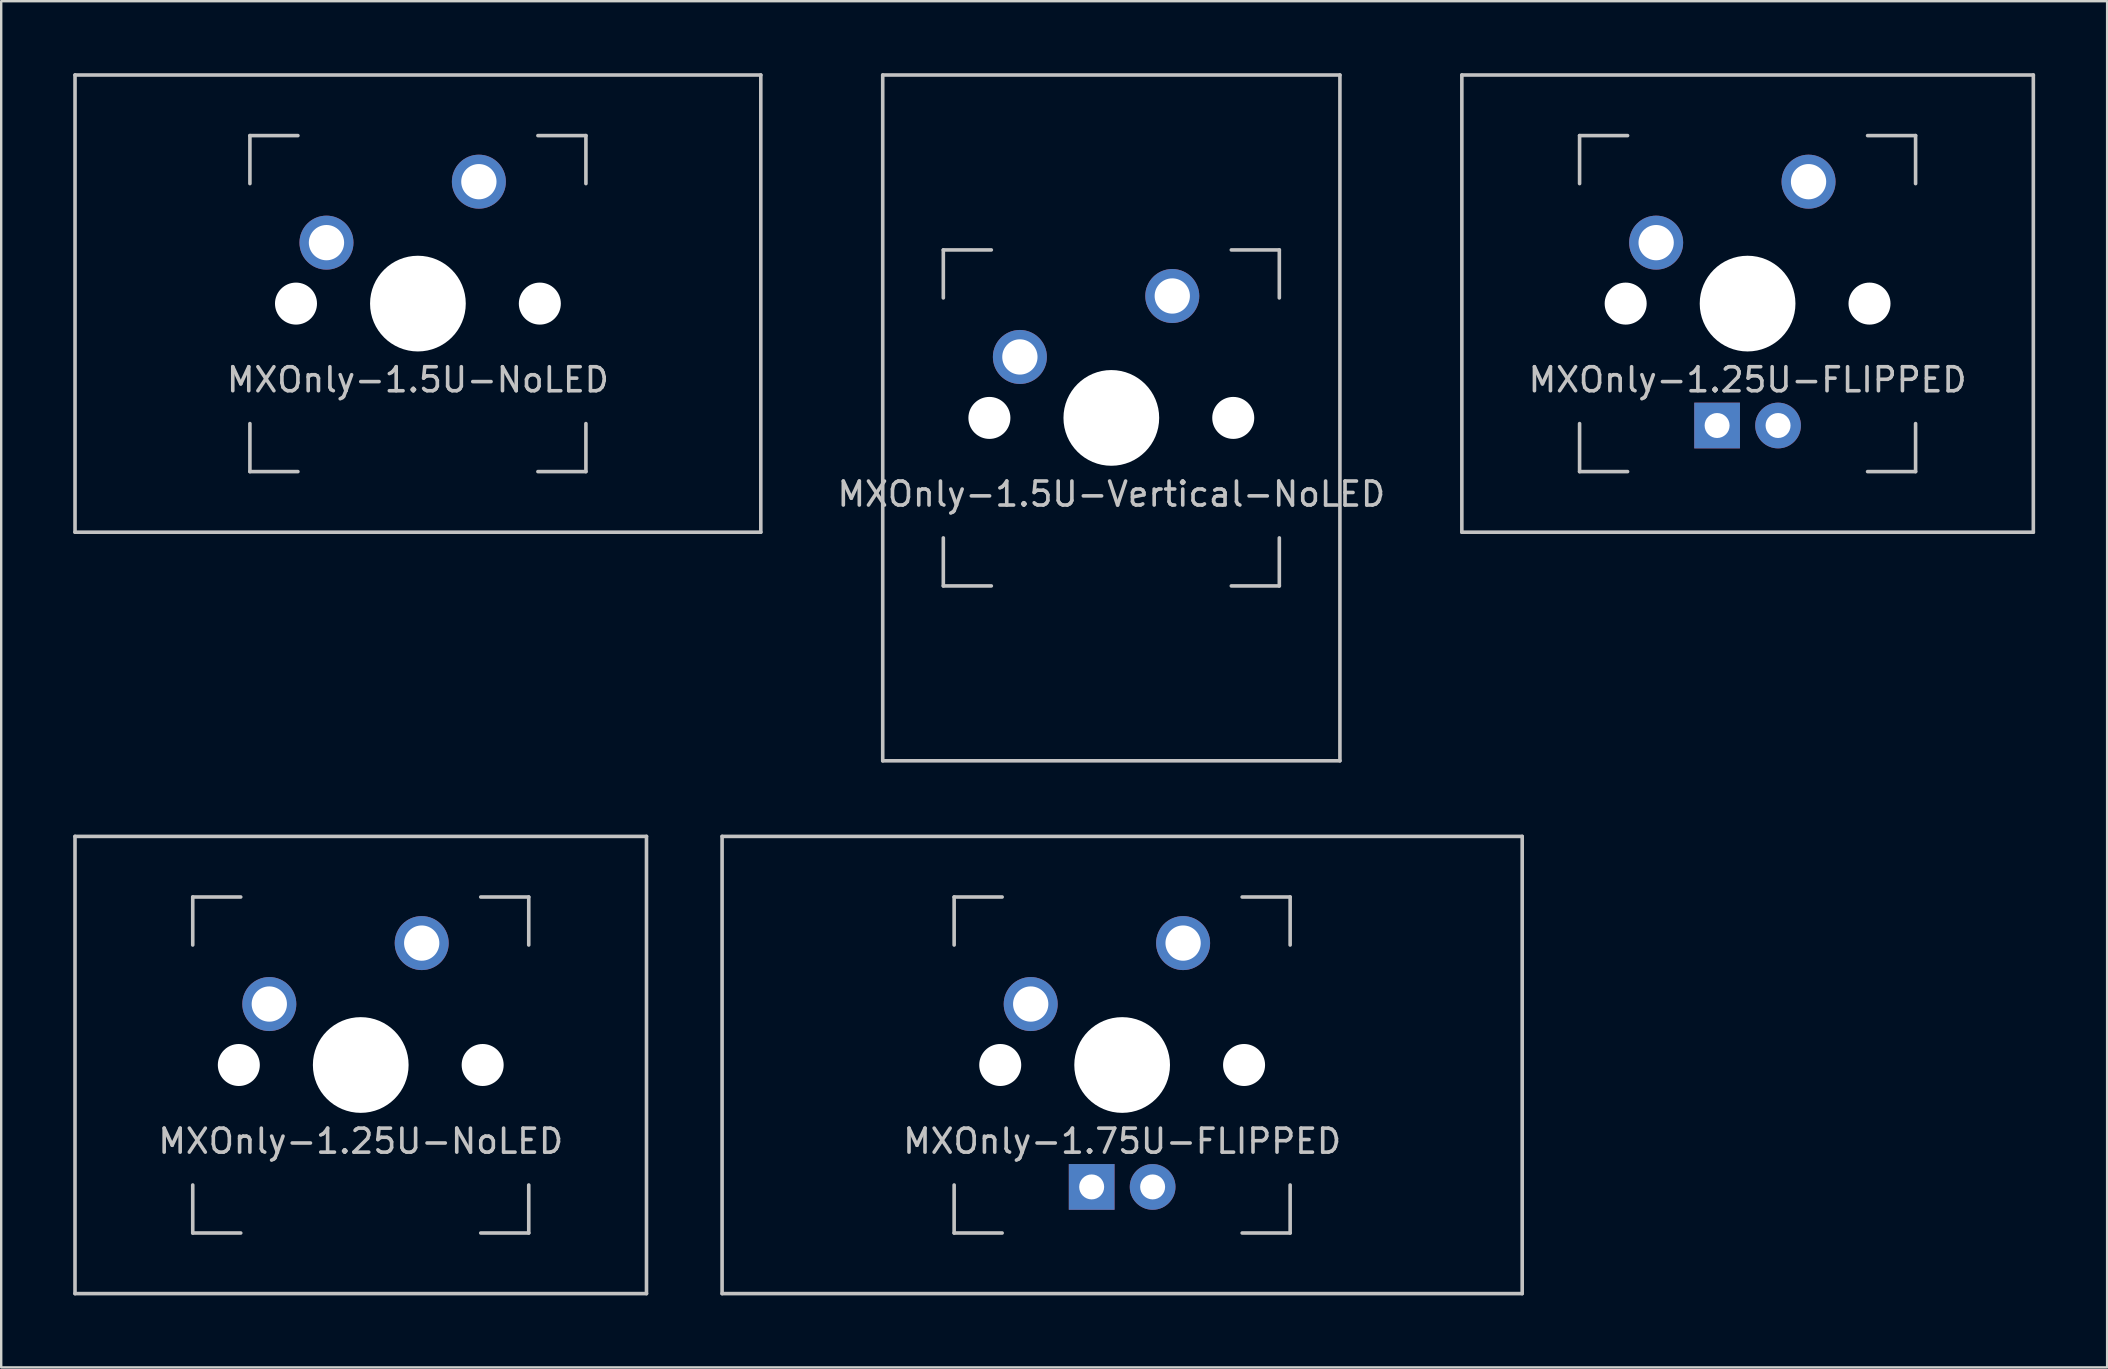
<source format=kicad_pcb>
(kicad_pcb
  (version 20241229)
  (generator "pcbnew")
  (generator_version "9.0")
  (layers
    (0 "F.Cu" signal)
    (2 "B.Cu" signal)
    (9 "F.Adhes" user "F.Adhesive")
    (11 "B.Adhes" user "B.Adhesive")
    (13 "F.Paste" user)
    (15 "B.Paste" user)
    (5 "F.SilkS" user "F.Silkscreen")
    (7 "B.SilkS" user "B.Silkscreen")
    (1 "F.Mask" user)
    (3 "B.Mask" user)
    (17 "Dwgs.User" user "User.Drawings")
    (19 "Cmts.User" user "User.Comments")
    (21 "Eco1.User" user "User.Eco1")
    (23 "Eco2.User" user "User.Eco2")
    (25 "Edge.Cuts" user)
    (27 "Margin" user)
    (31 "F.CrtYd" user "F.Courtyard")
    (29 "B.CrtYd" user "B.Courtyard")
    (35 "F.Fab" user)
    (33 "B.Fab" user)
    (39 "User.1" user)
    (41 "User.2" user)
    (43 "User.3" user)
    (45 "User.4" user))
  (footprint "MXOnly-1.5U-NoLED"
    (layer "F.Cu")
    (at 14.363 9.6)
    (property "Reference" "MXOnly-1.5U-NoLED" (at 0 3.175 0) (layer "Dwgs.User") (effects (font (size 1 1) (thickness 0.15))))
    (attr through_hole)
    (fp_line (start -14.287 -9.525) (end 14.287 -9.525) (stroke (width 0.15) (type solid)) (layer "Dwgs.User"))
    (fp_line (start -14.287 9.525) (end -14.287 -9.525) (stroke (width 0.15) (type solid)) (layer "Dwgs.User"))
    (fp_line (start -14.287 9.525) (end 14.287 9.525) (stroke (width 0.15) (type solid)) (layer "Dwgs.User"))
    (fp_line (start -7 -7) (end -7 -5) (stroke (width 0.15) (type solid)) (layer "Dwgs.User"))
    (fp_line (start -7 5) (end -7 7) (stroke (width 0.15) (type solid)) (layer "Dwgs.User"))
    (fp_line (start -7 7) (end -5 7) (stroke (width 0.15) (type solid)) (layer "Dwgs.User"))
    (fp_line (start -5 -7) (end -7 -7) (stroke (width 0.15) (type solid)) (layer "Dwgs.User"))
    (fp_line (start 5 -7) (end 7 -7) (stroke (width 0.15) (type solid)) (layer "Dwgs.User"))
    (fp_line (start 5 7) (end 7 7) (stroke (width 0.15) (type solid)) (layer "Dwgs.User"))
    (fp_line (start 7 -7) (end 7 -5) (stroke (width 0.15) (type solid)) (layer "Dwgs.User"))
    (fp_line (start 7 7) (end 7 5) (stroke (width 0.15) (type solid)) (layer "Dwgs.User"))
    (fp_line (start 14.287 -9.525) (end 14.287 9.525) (stroke (width 0.15) (type solid)) (layer "Dwgs.User"))
    (pad "" np_thru_hole circle (at -5.08 0 48.1) (size 1.75 1.75) (drill 1.75) (layers "*.Cu" "*.Mask"))
    (pad "" np_thru_hole circle (at 0 0) (size 3.988 3.988) (drill 3.988) (layers "*.Cu" "*.Mask"))
    (pad "" np_thru_hole circle (at 5.08 0 48.1) (size 1.75 1.75) (drill 1.75) (layers "*.Cu" "*.Mask"))
    (pad "1" thru_hole circle (at -3.81 -2.54) (size 2.25 2.25) (drill 1.47) (layers "*.Cu" "*.Mask"))
    (pad "2" thru_hole circle (at 2.54 -5.08) (size 2.25 2.25) (drill 1.47) (layers "*.Cu" "*.Mask")))
  (footprint "MXOnly-1.75U-FLIPPED"
    (layer "F.Cu")
    (at 43.706 41.325)
    (property "Reference" "MXOnly-1.75U-FLIPPED" (at 0 3.175 0) (layer "Dwgs.User") (effects (font (size 1 1) (thickness 0.15))))
    (attr through_hole)
    (fp_line (start -16.669 -9.525) (end 16.669 -9.525) (stroke (width 0.15) (type solid)) (layer "Dwgs.User"))
    (fp_line (start -16.669 9.525) (end -16.669 -9.525) (stroke (width 0.15) (type solid)) (layer "Dwgs.User"))
    (fp_line (start -16.669 9.525) (end 16.669 9.525) (stroke (width 0.15) (type solid)) (layer "Dwgs.User"))
    (fp_line (start -7 -7) (end -7 -5) (stroke (width 0.15) (type solid)) (layer "Dwgs.User"))
    (fp_line (start -7 5) (end -7 7) (stroke (width 0.15) (type solid)) (layer "Dwgs.User"))
    (fp_line (start -7 7) (end -5 7) (stroke (width 0.15) (type solid)) (layer "Dwgs.User"))
    (fp_line (start -5 -7) (end -7 -7) (stroke (width 0.15) (type solid)) (layer "Dwgs.User"))
    (fp_line (start 5 -7) (end 7 -7) (stroke (width 0.15) (type solid)) (layer "Dwgs.User"))
    (fp_line (start 5 7) (end 7 7) (stroke (width 0.15) (type solid)) (layer "Dwgs.User"))
    (fp_line (start 7 -7) (end 7 -5) (stroke (width 0.15) (type solid)) (layer "Dwgs.User"))
    (fp_line (start 7 7) (end 7 5) (stroke (width 0.15) (type solid)) (layer "Dwgs.User"))
    (fp_line (start 16.669 -9.525) (end 16.669 9.525) (stroke (width 0.15) (type solid)) (layer "Dwgs.User"))
    (pad "" np_thru_hole circle (at -5.08 0 48.1) (size 1.75 1.75) (drill 1.75) (layers "*.Cu" "*.Mask"))
    (pad "" np_thru_hole circle (at 0 0) (size 3.988 3.988) (drill 3.988) (layers "*.Cu" "*.Mask"))
    (pad "" np_thru_hole circle (at 5.08 0 48.1) (size 1.75 1.75) (drill 1.75) (layers "*.Cu" "*.Mask"))
    (pad "1" thru_hole circle (at -3.81 -2.54) (size 2.25 2.25) (drill 1.47) (layers "*.Cu" "*.Mask"))
    (pad "2" thru_hole circle (at 2.54 -5.08) (size 2.25 2.25) (drill 1.47) (layers "*.Cu" "*.Mask"))
    (pad "3" thru_hole circle (at 1.27 5.08) (size 1.905 1.905) (drill 1.04) (layers "*.Cu" "*.Mask"))
    (pad "4" thru_hole rect (at -1.27 5.08) (size 1.905 1.905) (drill 1.04) (layers "*.Cu" "*.Mask")))
  (footprint "MXOnly-1.5U-Vertical-NoLED"
    (layer "F.Cu")
    (at 43.255 14.363)
    (property "Reference" "MXOnly-1.5U-Vertical-NoLED" (at 0 3.175 0) (layer "Dwgs.User") (effects (font (size 1 1) (thickness 0.15))))
    (attr through_hole)
    (fp_line (start -9.525 -14.287) (end -9.525 14.287) (stroke (width 0.15) (type solid)) (layer "Dwgs.User"))
    (fp_line (start -7 -7) (end -7 -5) (stroke (width 0.15) (type solid)) (layer "Dwgs.User"))
    (fp_line (start -7 5) (end -7 7) (stroke (width 0.15) (type solid)) (layer "Dwgs.User"))
    (fp_line (start -7 7) (end -5 7) (stroke (width 0.15) (type solid)) (layer "Dwgs.User"))
    (fp_line (start -5 -7) (end -7 -7) (stroke (width 0.15) (type solid)) (layer "Dwgs.User"))
    (fp_line (start 5 -7) (end 7 -7) (stroke (width 0.15) (type solid)) (layer "Dwgs.User"))
    (fp_line (start 5 7) (end 7 7) (stroke (width 0.15) (type solid)) (layer "Dwgs.User"))
    (fp_line (start 7 -7) (end 7 -5) (stroke (width 0.15) (type solid)) (layer "Dwgs.User"))
    (fp_line (start 7 7) (end 7 5) (stroke (width 0.15) (type solid)) (layer "Dwgs.User"))
    (fp_line (start 9.525 -14.287) (end -9.525 -14.287) (stroke (width 0.15) (type solid)) (layer "Dwgs.User"))
    (fp_line (start 9.525 -14.287) (end 9.525 14.287) (stroke (width 0.15) (type solid)) (layer "Dwgs.User"))
    (fp_line (start 9.525 14.287) (end -9.525 14.287) (stroke (width 0.15) (type solid)) (layer "Dwgs.User"))
    (pad "" np_thru_hole circle (at -5.08 0 48.1) (size 1.75 1.75) (drill 1.75) (layers "*.Cu" "*.Mask"))
    (pad "" np_thru_hole circle (at 0 0) (size 3.988 3.988) (drill 3.988) (layers "*.Cu" "*.Mask"))
    (pad "" np_thru_hole circle (at 5.08 0 48.1) (size 1.75 1.75) (drill 1.75) (layers "*.Cu" "*.Mask"))
    (pad "1" thru_hole circle (at -3.81 -2.54) (size 2.25 2.25) (drill 1.47) (layers "*.Cu" "*.Mask"))
    (pad "2" thru_hole circle (at 2.54 -5.08) (size 2.25 2.25) (drill 1.47) (layers "*.Cu" "*.Mask")))
  (footprint "MXOnly-1.25U-NoLED"
    (layer "F.Cu")
    (at 11.981 41.325)
    (property "Reference" "MXOnly-1.25U-NoLED" (at 0 3.175 0) (layer "Dwgs.User") (effects (font (size 1 1) (thickness 0.15))))
    (attr through_hole)
    (fp_line (start -11.906 -9.525) (end 11.906 -9.525) (stroke (width 0.15) (type solid)) (layer "Dwgs.User"))
    (fp_line (start -11.906 9.525) (end -11.906 -9.525) (stroke (width 0.15) (type solid)) (layer "Dwgs.User"))
    (fp_line (start -11.906 9.525) (end 11.906 9.525) (stroke (width 0.15) (type solid)) (layer "Dwgs.User"))
    (fp_line (start -7 -7) (end -7 -5) (stroke (width 0.15) (type solid)) (layer "Dwgs.User"))
    (fp_line (start -7 5) (end -7 7) (stroke (width 0.15) (type solid)) (layer "Dwgs.User"))
    (fp_line (start -7 7) (end -5 7) (stroke (width 0.15) (type solid)) (layer "Dwgs.User"))
    (fp_line (start -5 -7) (end -7 -7) (stroke (width 0.15) (type solid)) (layer "Dwgs.User"))
    (fp_line (start 5 -7) (end 7 -7) (stroke (width 0.15) (type solid)) (layer "Dwgs.User"))
    (fp_line (start 5 7) (end 7 7) (stroke (width 0.15) (type solid)) (layer "Dwgs.User"))
    (fp_line (start 7 -7) (end 7 -5) (stroke (width 0.15) (type solid)) (layer "Dwgs.User"))
    (fp_line (start 7 7) (end 7 5) (stroke (width 0.15) (type solid)) (layer "Dwgs.User"))
    (fp_line (start 11.906 -9.525) (end 11.906 9.525) (stroke (width 0.15) (type solid)) (layer "Dwgs.User"))
    (pad "" np_thru_hole circle (at -5.08 0 48.1) (size 1.75 1.75) (drill 1.75) (layers "*.Cu" "*.Mask"))
    (pad "" np_thru_hole circle (at 0 0) (size 3.988 3.988) (drill 3.988) (layers "*.Cu" "*.Mask"))
    (pad "" np_thru_hole circle (at 5.08 0 48.1) (size 1.75 1.75) (drill 1.75) (layers "*.Cu" "*.Mask"))
    (pad "1" thru_hole circle (at -3.81 -2.54) (size 2.25 2.25) (drill 1.47) (layers "*.Cu" "*.Mask"))
    (pad "2" thru_hole circle (at 2.54 -5.08) (size 2.25 2.25) (drill 1.47) (layers "*.Cu" "*.Mask")))
  (footprint "MXOnly-1.25U-FLIPPED"
    (layer "F.Cu")
    (at 69.766 9.6)
    (property "Reference" "MXOnly-1.25U-FLIPPED" (at 0 3.175 0) (layer "Dwgs.User") (effects (font (size 1 1) (thickness 0.15))))
    (attr through_hole)
    (fp_line (start -11.906 -9.525) (end 11.906 -9.525) (stroke (width 0.15) (type solid)) (layer "Dwgs.User"))
    (fp_line (start -11.906 9.525) (end -11.906 -9.525) (stroke (width 0.15) (type solid)) (layer "Dwgs.User"))
    (fp_line (start -11.906 9.525) (end 11.906 9.525) (stroke (width 0.15) (type solid)) (layer "Dwgs.User"))
    (fp_line (start -7 -7) (end -7 -5) (stroke (width 0.15) (type solid)) (layer "Dwgs.User"))
    (fp_line (start -7 5) (end -7 7) (stroke (width 0.15) (type solid)) (layer "Dwgs.User"))
    (fp_line (start -7 7) (end -5 7) (stroke (width 0.15) (type solid)) (layer "Dwgs.User"))
    (fp_line (start -5 -7) (end -7 -7) (stroke (width 0.15) (type solid)) (layer "Dwgs.User"))
    (fp_line (start 5 -7) (end 7 -7) (stroke (width 0.15) (type solid)) (layer "Dwgs.User"))
    (fp_line (start 5 7) (end 7 7) (stroke (width 0.15) (type solid)) (layer "Dwgs.User"))
    (fp_line (start 7 -7) (end 7 -5) (stroke (width 0.15) (type solid)) (layer "Dwgs.User"))
    (fp_line (start 7 7) (end 7 5) (stroke (width 0.15) (type solid)) (layer "Dwgs.User"))
    (fp_line (start 11.906 -9.525) (end 11.906 9.525) (stroke (width 0.15) (type solid)) (layer "Dwgs.User"))
    (pad "" np_thru_hole circle (at -5.08 0 48.1) (size 1.75 1.75) (drill 1.75) (layers "*.Cu" "*.Mask"))
    (pad "" np_thru_hole circle (at 0 0) (size 3.988 3.988) (drill 3.988) (layers "*.Cu" "*.Mask"))
    (pad "" np_thru_hole circle (at 5.08 0 48.1) (size 1.75 1.75) (drill 1.75) (layers "*.Cu" "*.Mask"))
    (pad "1" thru_hole circle (at -3.81 -2.54) (size 2.25 2.25) (drill 1.47) (layers "*.Cu" "*.Mask"))
    (pad "2" thru_hole circle (at 2.54 -5.08) (size 2.25 2.25) (drill 1.47) (layers "*.Cu" "*.Mask"))
    (pad "3" thru_hole circle (at 1.27 5.08) (size 1.905 1.905) (drill 1.04) (layers "*.Cu" "*.Mask"))
    (pad "4" thru_hole rect (at -1.27 5.08) (size 1.905 1.905) (drill 1.04) (layers "*.Cu" "*.Mask")))
  (gr_rect
    (start -3 -3)
    (end 84.747 53.925)
    (stroke (width 0.1) (type default))
    (fill no)
    (layer "Edge.Cuts")))
</source>
